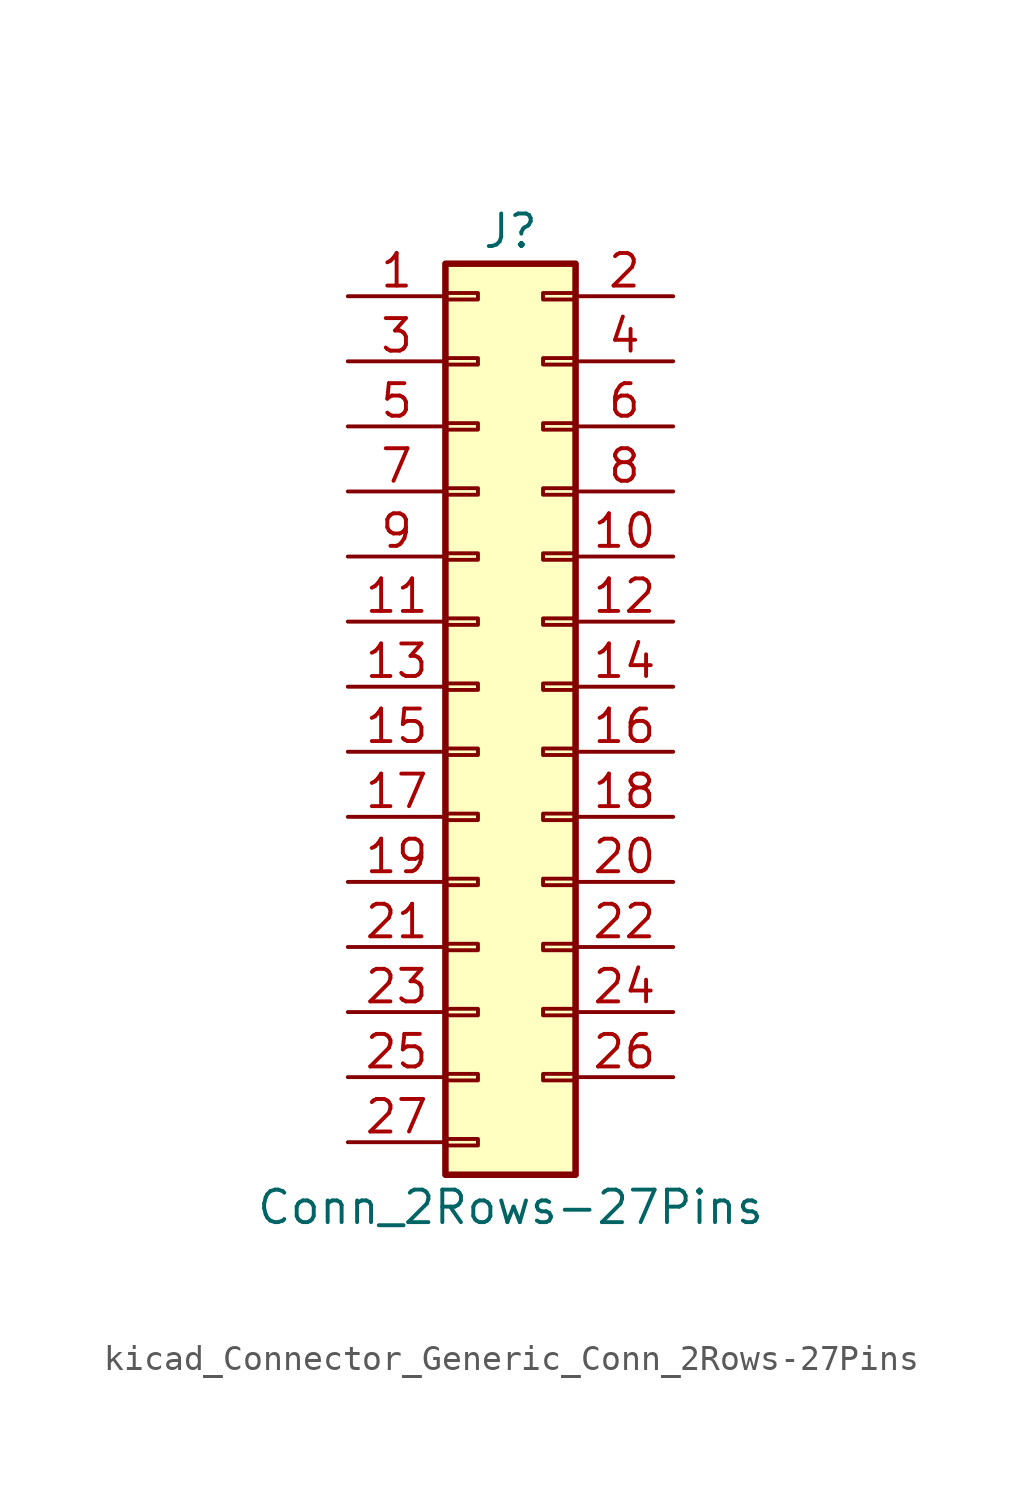
<source format=kicad_sym>
(kicad_symbol_lib
  (version 20220914)
  (generator kicad_symbol_editor)
  (symbol "kicad_Connector_Generic_Conn_2Rows-27Pins"
    (pin_names
      (offset 1.016) hide)
    (property "Reference" "J"
      (at 1.27 17.78 0)
      (effects (font (size 1.27 1.27))))
    (property "Value" "Conn_2Rows-27Pins"
      (at 1.27 -20.32 0)
      (effects (font (size 1.27 1.27))))
    (symbol "kicad_Connector_Generic_Conn_2Rows-27Pins_1_1"
      (rectangle (start -1.27 -17.653) (end 0 -17.907) (stroke (width 0.152) (type default)) (fill (type none)))
      (rectangle (start -1.27 -15.113) (end 0 -15.367) (stroke (width 0.152) (type default)) (fill (type none)))
      (rectangle (start -1.27 -12.573) (end 0 -12.827) (stroke (width 0.152) (type default)) (fill (type none)))
      (rectangle (start -1.27 -10.033) (end 0 -10.287) (stroke (width 0.152) (type default)) (fill (type none)))
      (rectangle (start -1.27 -7.493) (end 0 -7.747) (stroke (width 0.152) (type default)) (fill (type none)))
      (rectangle (start -1.27 -4.953) (end 0 -5.207) (stroke (width 0.152) (type default)) (fill (type none)))
      (rectangle (start -1.27 -2.413) (end 0 -2.667) (stroke (width 0.152) (type default)) (fill (type none)))
      (rectangle (start -1.27 0.127) (end 0 -0.127) (stroke (width 0.152) (type default)) (fill (type none)))
      (rectangle (start -1.27 2.667) (end 0 2.413) (stroke (width 0.152) (type default)) (fill (type none)))
      (rectangle (start -1.27 5.207) (end 0 4.953) (stroke (width 0.152) (type default)) (fill (type none)))
      (rectangle (start -1.27 7.747) (end 0 7.493) (stroke (width 0.152) (type default)) (fill (type none)))
      (rectangle (start -1.27 10.287) (end 0 10.033) (stroke (width 0.152) (type default)) (fill (type none)))
      (rectangle (start -1.27 12.827) (end 0 12.573) (stroke (width 0.152) (type default)) (fill (type none)))
      (rectangle (start -1.27 15.367) (end 0 15.113) (stroke (width 0.152) (type default)) (fill (type none)))
      (rectangle (start -1.27 16.51) (end 3.81 -19.05) (stroke (width 0.254) (type default)) (fill (type background)))
      (rectangle (start 3.81 -15.113) (end 2.54 -15.367) (stroke (width 0.152) (type default)) (fill (type none)))
      (rectangle (start 3.81 -12.573) (end 2.54 -12.827) (stroke (width 0.152) (type default)) (fill (type none)))
      (rectangle (start 3.81 -10.033) (end 2.54 -10.287) (stroke (width 0.152) (type default)) (fill (type none)))
      (rectangle (start 3.81 -7.493) (end 2.54 -7.747) (stroke (width 0.152) (type default)) (fill (type none)))
      (rectangle (start 3.81 -4.953) (end 2.54 -5.207) (stroke (width 0.152) (type default)) (fill (type none)))
      (rectangle (start 3.81 -2.413) (end 2.54 -2.667) (stroke (width 0.152) (type default)) (fill (type none)))
      (rectangle (start 3.81 0.127) (end 2.54 -0.127) (stroke (width 0.152) (type default)) (fill (type none)))
      (rectangle (start 3.81 2.667) (end 2.54 2.413) (stroke (width 0.152) (type default)) (fill (type none)))
      (rectangle (start 3.81 5.207) (end 2.54 4.953) (stroke (width 0.152) (type default)) (fill (type none)))
      (rectangle (start 3.81 7.747) (end 2.54 7.493) (stroke (width 0.152) (type default)) (fill (type none)))
      (rectangle (start 3.81 10.287) (end 2.54 10.033) (stroke (width 0.152) (type default)) (fill (type none)))
      (rectangle (start 3.81 12.827) (end 2.54 12.573) (stroke (width 0.152) (type default)) (fill (type none)))
      (rectangle (start 3.81 15.367) (end 2.54 15.113) (stroke (width 0.152) (type default)) (fill (type none)))
      (pin passive line (at -5.08 15.24 0) (length 3.81) (name "Pin_1" (effects (font (size 1.27 1.27)))) (number "1" (effects (font (size 1.27 1.27)))))
      (pin passive line (at 7.62 5.08 180) (length 3.81) (name "Pin_10" (effects (font (size 1.27 1.27)))) (number "10" (effects (font (size 1.27 1.27)))))
      (pin passive line (at -5.08 2.54 0) (length 3.81) (name "Pin_11" (effects (font (size 1.27 1.27)))) (number "11" (effects (font (size 1.27 1.27)))))
      (pin passive line (at 7.62 2.54 180) (length 3.81) (name "Pin_12" (effects (font (size 1.27 1.27)))) (number "12" (effects (font (size 1.27 1.27)))))
      (pin passive line (at -5.08 0 0) (length 3.81) (name "Pin_13" (effects (font (size 1.27 1.27)))) (number "13" (effects (font (size 1.27 1.27)))))
      (pin passive line (at 7.62 0 180) (length 3.81) (name "Pin_14" (effects (font (size 1.27 1.27)))) (number "14" (effects (font (size 1.27 1.27)))))
      (pin passive line (at -5.08 -2.54 0) (length 3.81) (name "Pin_15" (effects (font (size 1.27 1.27)))) (number "15" (effects (font (size 1.27 1.27)))))
      (pin passive line (at 7.62 -2.54 180) (length 3.81) (name "Pin_16" (effects (font (size 1.27 1.27)))) (number "16" (effects (font (size 1.27 1.27)))))
      (pin passive line (at -5.08 -5.08 0) (length 3.81) (name "Pin_17" (effects (font (size 1.27 1.27)))) (number "17" (effects (font (size 1.27 1.27)))))
      (pin passive line (at 7.62 -5.08 180) (length 3.81) (name "Pin_18" (effects (font (size 1.27 1.27)))) (number "18" (effects (font (size 1.27 1.27)))))
      (pin passive line (at -5.08 -7.62 0) (length 3.81) (name "Pin_19" (effects (font (size 1.27 1.27)))) (number "19" (effects (font (size 1.27 1.27)))))
      (pin passive line (at 7.62 15.24 180) (length 3.81) (name "Pin_2" (effects (font (size 1.27 1.27)))) (number "2" (effects (font (size 1.27 1.27)))))
      (pin passive line (at 7.62 -7.62 180) (length 3.81) (name "Pin_20" (effects (font (size 1.27 1.27)))) (number "20" (effects (font (size 1.27 1.27)))))
      (pin passive line (at -5.08 -10.16 0) (length 3.81) (name "Pin_21" (effects (font (size 1.27 1.27)))) (number "21" (effects (font (size 1.27 1.27)))))
      (pin passive line (at 7.62 -10.16 180) (length 3.81) (name "Pin_22" (effects (font (size 1.27 1.27)))) (number "22" (effects (font (size 1.27 1.27)))))
      (pin passive line (at -5.08 -12.7 0) (length 3.81) (name "Pin_23" (effects (font (size 1.27 1.27)))) (number "23" (effects (font (size 1.27 1.27)))))
      (pin passive line (at 7.62 -12.7 180) (length 3.81) (name "Pin_24" (effects (font (size 1.27 1.27)))) (number "24" (effects (font (size 1.27 1.27)))))
      (pin passive line (at -5.08 -15.24 0) (length 3.81) (name "Pin_25" (effects (font (size 1.27 1.27)))) (number "25" (effects (font (size 1.27 1.27)))))
      (pin passive line (at 7.62 -15.24 180) (length 3.81) (name "Pin_26" (effects (font (size 1.27 1.27)))) (number "26" (effects (font (size 1.27 1.27)))))
      (pin passive line (at -5.08 -17.78 0) (length 3.81) (name "Pin_27" (effects (font (size 1.27 1.27)))) (number "27" (effects (font (size 1.27 1.27)))))
      (pin passive line (at -5.08 12.7 0) (length 3.81) (name "Pin_3" (effects (font (size 1.27 1.27)))) (number "3" (effects (font (size 1.27 1.27)))))
      (pin passive line (at 7.62 12.7 180) (length 3.81) (name "Pin_4" (effects (font (size 1.27 1.27)))) (number "4" (effects (font (size 1.27 1.27)))))
      (pin passive line (at -5.08 10.16 0) (length 3.81) (name "Pin_5" (effects (font (size 1.27 1.27)))) (number "5" (effects (font (size 1.27 1.27)))))
      (pin passive line (at 7.62 10.16 180) (length 3.81) (name "Pin_6" (effects (font (size 1.27 1.27)))) (number "6" (effects (font (size 1.27 1.27)))))
      (pin passive line (at -5.08 7.62 0) (length 3.81) (name "Pin_7" (effects (font (size 1.27 1.27)))) (number "7" (effects (font (size 1.27 1.27)))))
      (pin passive line (at 7.62 7.62 180) (length 3.81) (name "Pin_8" (effects (font (size 1.27 1.27)))) (number "8" (effects (font (size 1.27 1.27)))))
      (pin passive line (at -5.08 5.08 0) (length 3.81) (name "Pin_9" (effects (font (size 1.27 1.27)))) (number "9" (effects (font (size 1.27 1.27))))))))
</source>
